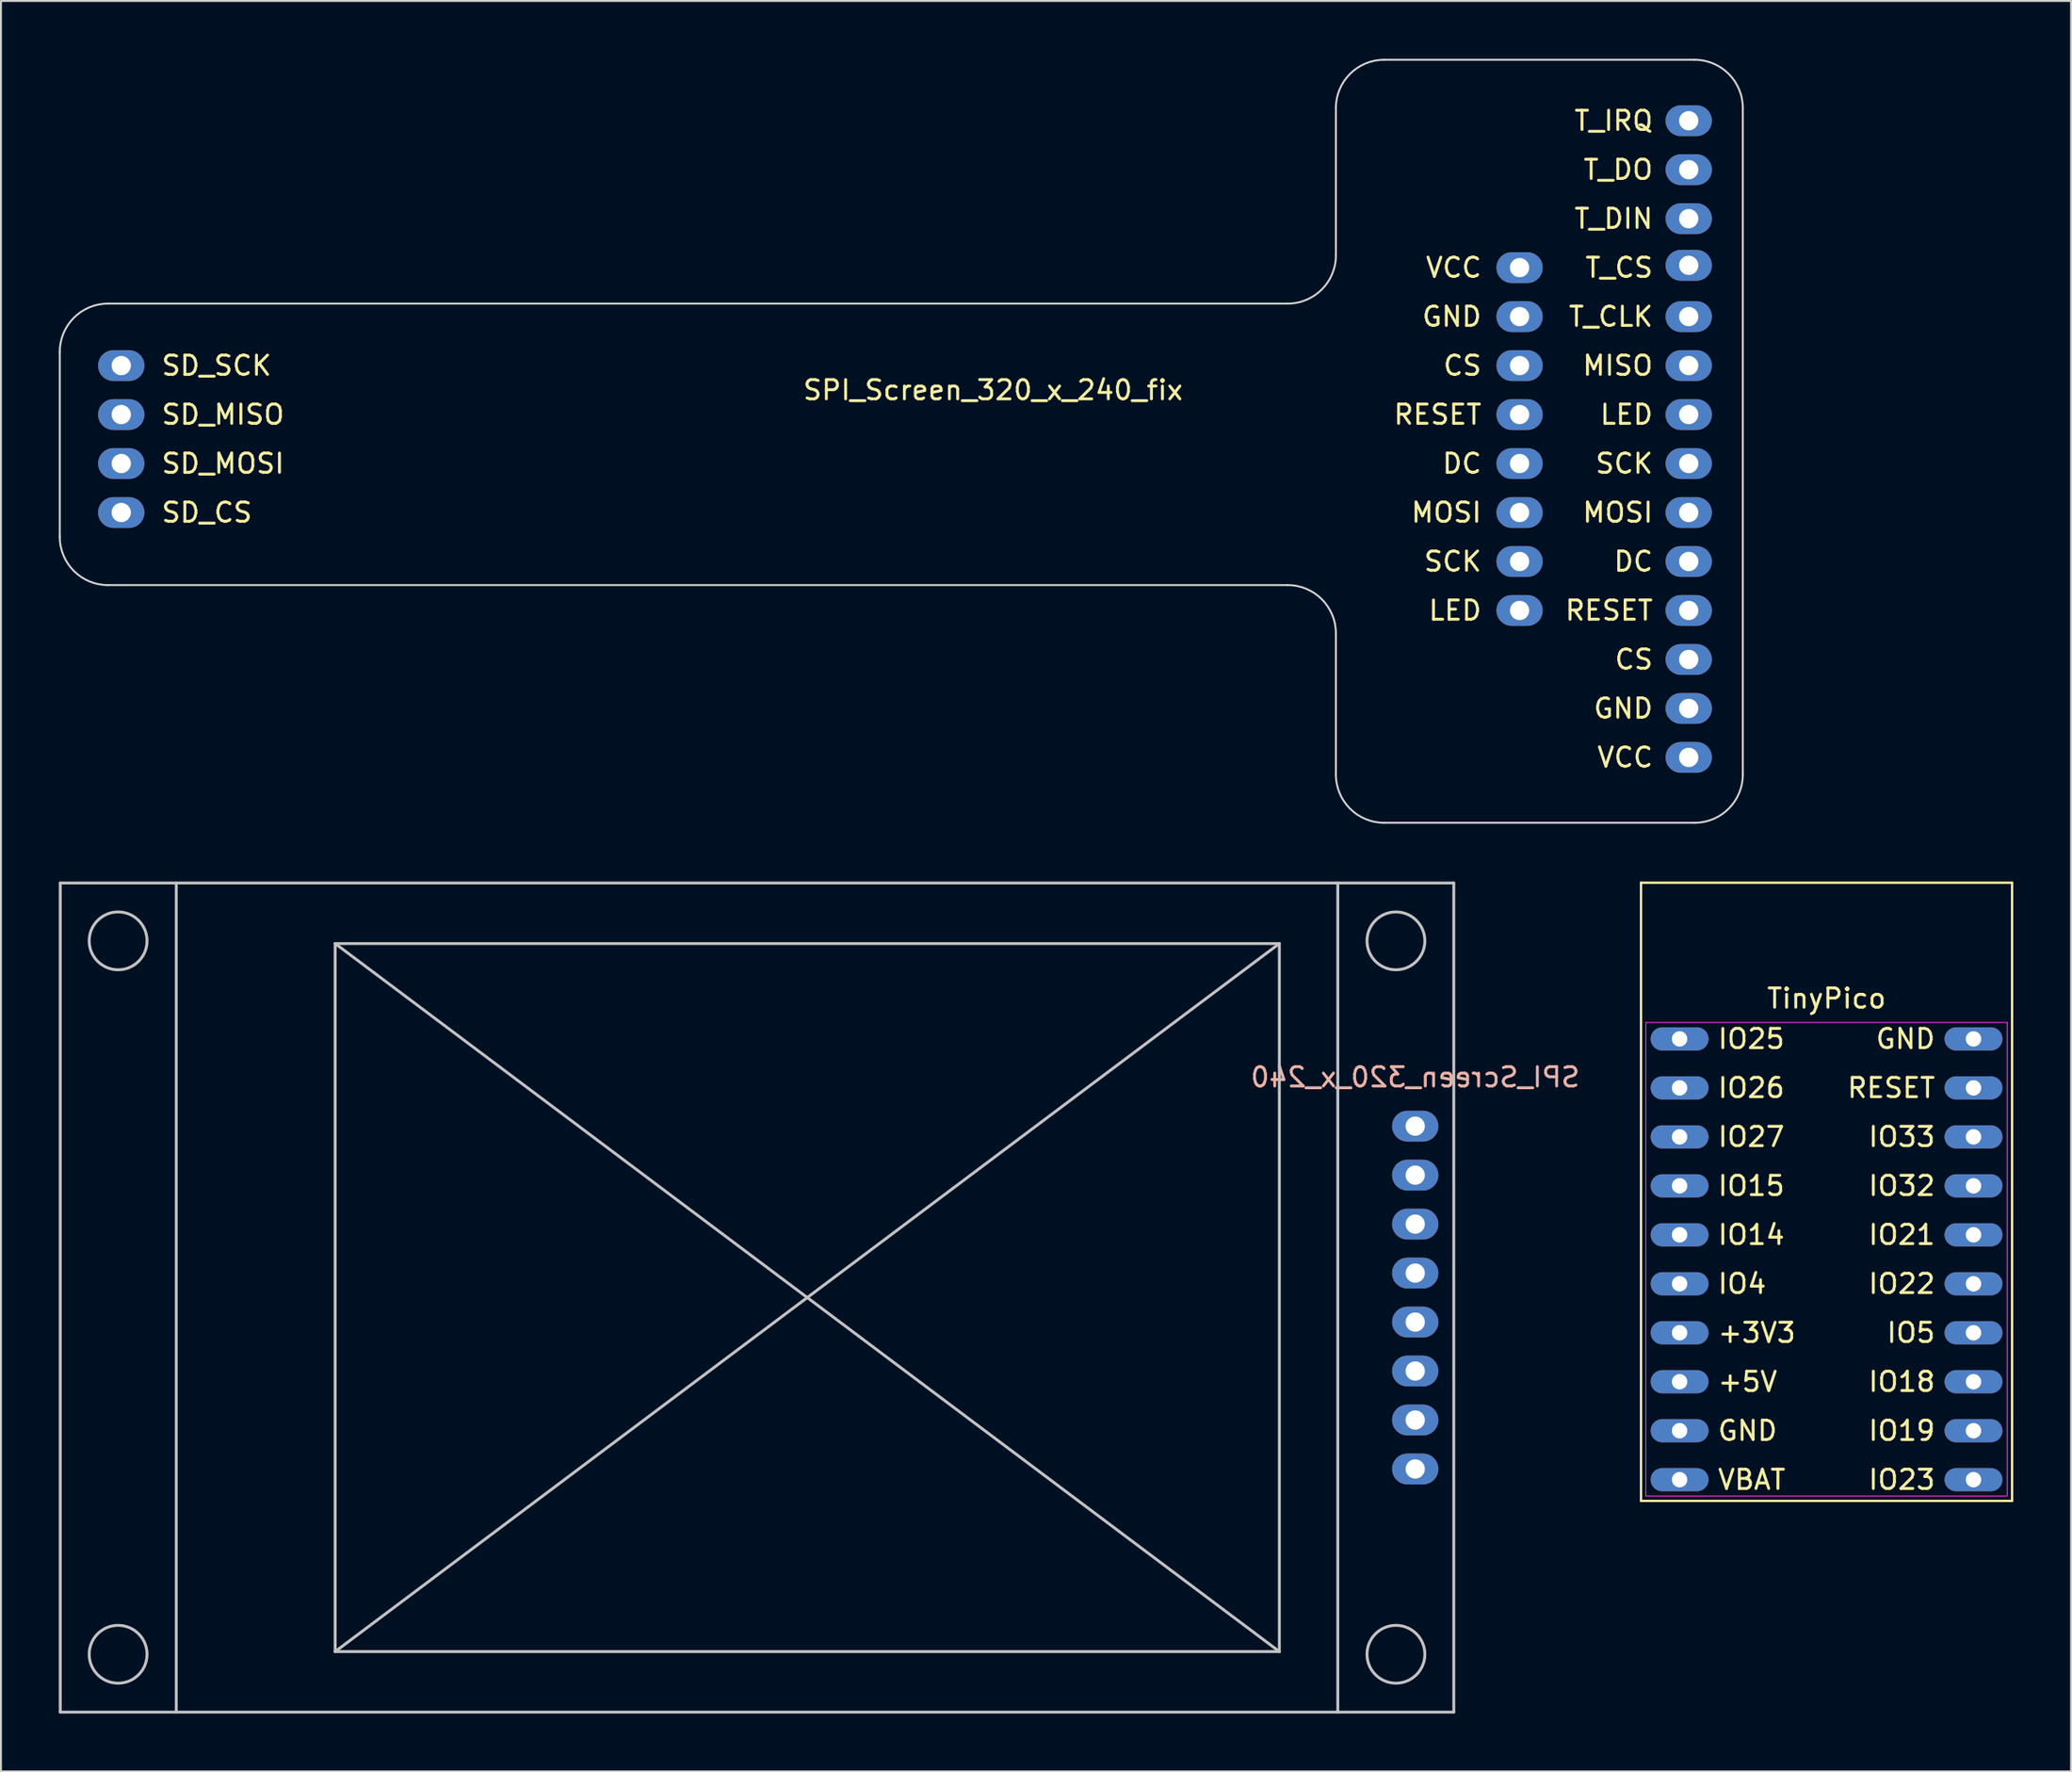
<source format=kicad_pcb>
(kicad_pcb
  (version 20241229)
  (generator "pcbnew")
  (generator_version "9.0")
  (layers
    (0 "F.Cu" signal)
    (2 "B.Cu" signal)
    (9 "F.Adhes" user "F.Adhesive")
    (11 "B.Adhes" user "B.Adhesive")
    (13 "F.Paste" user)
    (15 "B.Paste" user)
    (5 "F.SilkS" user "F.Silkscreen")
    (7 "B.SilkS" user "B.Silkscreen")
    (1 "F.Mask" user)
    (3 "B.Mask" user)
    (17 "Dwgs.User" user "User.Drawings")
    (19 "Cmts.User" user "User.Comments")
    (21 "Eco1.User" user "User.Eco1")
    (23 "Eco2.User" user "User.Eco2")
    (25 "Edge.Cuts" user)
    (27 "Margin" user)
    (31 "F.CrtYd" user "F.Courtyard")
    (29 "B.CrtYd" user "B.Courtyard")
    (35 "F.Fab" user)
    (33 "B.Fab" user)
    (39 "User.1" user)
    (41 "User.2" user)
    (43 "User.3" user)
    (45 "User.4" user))
  (footprint "SPI_Screen_320_x_240_fix"
    (layer "F.Cu")
    (at 75.747 19.721)
    (property "Reference" "SPI_Screen_320_x_240_fix" (at -27.305 -2.54 180) (layer "F.SilkS") (effects (font (size 1 1) (thickness 0.15))))
    (attr through_hole)
    (fp_line (start -75.697 5.075) (end -75.697 -4.525) (stroke (width 0.1) (type solid)) (layer "Edge.Cuts"))
    (fp_line (start -73.197 -7.025) (end -12.025 -7.025) (stroke (width 0.1) (type solid)) (layer "Edge.Cuts"))
    (fp_line (start -12.025 7.575) (end -73.197 7.575) (stroke (width 0.1) (type solid)) (layer "Edge.Cuts"))
    (fp_line (start -9.525 -9.525) (end -9.525 -17.171) (stroke (width 0.1) (type solid)) (layer "Edge.Cuts"))
    (fp_line (start -9.525 17.401) (end -9.525 10.075) (stroke (width 0.1) (type solid)) (layer "Edge.Cuts"))
    (fp_line (start -7.025 -19.671) (end 9.075 -19.671) (stroke (width 0.1) (type solid)) (layer "Edge.Cuts"))
    (fp_line (start 9.075 19.901) (end -7.025 19.901) (stroke (width 0.1) (type solid)) (layer "Edge.Cuts"))
    (fp_line (start 11.575 -17.171) (end 11.575 17.401) (stroke (width 0.1) (type solid)) (layer "Edge.Cuts"))
    (fp_arc (start -75.697116 -4.525) (mid -74.964883 -6.292767) (end -73.197116 -7.025) (stroke (width 0.1) (type solid)) (layer "Edge.Cuts"))
    (fp_arc (start -73.197116 7.574999) (mid -74.964883 6.842766) (end -75.697116 5.074999) (stroke (width 0.1) (type solid)) (layer "Edge.Cuts"))
    (fp_arc (start -12.025 7.574999) (mid -10.257233 8.307232) (end -9.525 10.074999) (stroke (width 0.1) (type solid)) (layer "Edge.Cuts"))
    (fp_arc (start -9.525 -17.17124) (mid -8.792767 -18.939007) (end -7.025 -19.67124) (stroke (width 0.1) (type solid)) (layer "Edge.Cuts"))
    (fp_arc (start -9.525 -9.525) (mid -10.257233 -7.757233) (end -12.025 -7.025) (stroke (width 0.1) (type solid)) (layer "Edge.Cuts"))
    (fp_arc (start -7.025 19.901036) (mid -8.792767 19.168803) (end -9.525 17.401036) (stroke (width 0.1) (type solid)) (layer "Edge.Cuts"))
    (fp_arc (start 9.075 -19.67124) (mid 10.842767 -18.939007) (end 11.575 -17.17124) (stroke (width 0.1) (type solid)) (layer "Edge.Cuts"))
    (fp_arc (start 11.575 17.401036) (mid 10.842767 19.168803) (end 9.075 19.901036) (stroke (width 0.1) (type solid)) (layer "Edge.Cuts"))
    (fp_text user "T_DIN" (at 7 -11.43 0) (layer "F.SilkS") (effects (font (size 1 1) (thickness 0.15)) (justify right)))
    (fp_text user "SD_MOSI" (at -70.5 1.27 0) (layer "F.SilkS") (effects (font (size 1 1) (thickness 0.15)) (justify left)))
    (fp_text user "DC" (at 7 6.35 0) (layer "F.SilkS") (effects (font (size 1 1) (thickness 0.15)) (justify right)))
    (fp_text user "CS" (at 7 11.43 0) (layer "F.SilkS") (effects (font (size 1 1) (thickness 0.15)) (justify right)))
    (fp_text user "SD_SCK" (at -70.5 -3.81 0) (layer "F.SilkS") (effects (font (size 1 1) (thickness 0.15)) (justify left)))
    (fp_text user "MOSI" (at -1.89 3.81 0) (layer "F.SilkS") (effects (font (size 1 1) (thickness 0.15)) (justify right)))
    (fp_text user "T_IRQ" (at 7 -16.51 0) (layer "F.SilkS") (effects (font (size 1 1) (thickness 0.15)) (justify right)))
    (fp_text user "DC" (at -1.89 1.27 0) (layer "F.SilkS") (effects (font (size 1 1) (thickness 0.15)) (justify right)))
    (fp_text user "CS" (at -1.89 -3.81 0) (layer "F.SilkS") (effects (font (size 1 1) (thickness 0.15)) (justify right)))
    (fp_text user "T_CLK" (at 7 -6.35 0) (layer "F.SilkS") (effects (font (size 1 1) (thickness 0.15)) (justify right)))
    (fp_text user "LED" (at -1.89 8.89 0) (layer "F.SilkS") (effects (font (size 1 1) (thickness 0.15)) (justify right)))
    (fp_text user "T_DO" (at 7 -13.97 0) (layer "F.SilkS") (effects (font (size 1 1) (thickness 0.15)) (justify right)))
    (fp_text user "MOSI" (at 7 3.81 0) (layer "F.SilkS") (effects (font (size 1 1) (thickness 0.15)) (justify right)))
    (fp_text user "VCC" (at 7 16.51 0) (layer "F.SilkS") (effects (font (size 1 1) (thickness 0.15)) (justify right)))
    (fp_text user "MISO" (at 7 -3.81 0) (layer "F.SilkS") (effects (font (size 1 1) (thickness 0.15)) (justify right)))
    (fp_text user "SCK" (at 7 1.27 0) (layer "F.SilkS") (effects (font (size 1 1) (thickness 0.15)) (justify right)))
    (fp_text user "LED" (at 7 -1.27 0) (layer "F.SilkS") (effects (font (size 1 1) (thickness 0.15)) (justify right)))
    (fp_text user "SD_CS" (at -70.5 3.81 0) (layer "F.SilkS") (effects (font (size 1 1) (thickness 0.15)) (justify left)))
    (fp_text user "RESET" (at 7 8.89 0) (layer "F.SilkS") (effects (font (size 1 1) (thickness 0.15)) (justify right)))
    (fp_text user "T_CS" (at 7 -8.89 0) (layer "F.SilkS") (effects (font (size 1 1) (thickness 0.15)) (justify right)))
    (fp_text user "RESET" (at -1.89 -1.27 0) (layer "F.SilkS") (effects (font (size 1 1) (thickness 0.15)) (justify right)))
    (fp_text user "VCC" (at -1.89 -8.89 0) (layer "F.SilkS") (effects (font (size 1 1) (thickness 0.15)) (justify right)))
    (fp_text user "SCK" (at -1.89 6.35 0) (layer "F.SilkS") (effects (font (size 1 1) (thickness 0.15)) (justify right)))
    (fp_text user "GND" (at 7 13.97 0) (layer "F.SilkS") (effects (font (size 1 1) (thickness 0.15)) (justify right)))
    (fp_text user "SD_MISO" (at -70.5 -1.27 0) (layer "F.SilkS") (effects (font (size 1 1) (thickness 0.15)) (justify left)))
    (fp_text user "GND" (at -1.89 -6.35 0) (layer "F.SilkS") (effects (font (size 1 1) (thickness 0.15)) (justify right)))
    (pad "1" thru_hole oval (at 0 -8.89) (size 2.4 1.6) (drill 1) (layers "*.Cu" "*.Mask"))
    (pad "1" thru_hole oval (at 8.77 16.51) (size 2.4 1.6) (drill 1) (layers "*.Cu" "*.Mask"))
    (pad "2" thru_hole oval (at 0 -6.35) (size 2.4 1.6) (drill 1) (layers "*.Cu" "*.Mask"))
    (pad "2" thru_hole oval (at 8.77 13.97) (size 2.4 1.6) (drill 1) (layers "*.Cu" "*.Mask"))
    (pad "3" thru_hole oval (at 0 -3.81) (size 2.4 1.6) (drill 1) (layers "*.Cu" "*.Mask"))
    (pad "3" thru_hole oval (at 8.77 11.43) (size 2.4 1.6) (drill 1) (layers "*.Cu" "*.Mask"))
    (pad "4" thru_hole oval (at 0 -1.27) (size 2.4 1.6) (drill 1) (layers "*.Cu" "*.Mask"))
    (pad "4" thru_hole oval (at 8.77 8.89) (size 2.4 1.6) (drill 1) (layers "*.Cu" "*.Mask"))
    (pad "5" thru_hole oval (at 0 1.27) (size 2.4 1.6) (drill 1) (layers "*.Cu" "*.Mask"))
    (pad "5" thru_hole oval (at 8.77 6.35) (size 2.4 1.6) (drill 1) (layers "*.Cu" "*.Mask"))
    (pad "6" thru_hole oval (at 0 3.81) (size 2.4 1.6) (drill 1) (layers "*.Cu" "*.Mask"))
    (pad "6" thru_hole oval (at 8.77 3.81) (size 2.4 1.6) (drill 1) (layers "*.Cu" "*.Mask"))
    (pad "7" thru_hole oval (at 0 6.35) (size 2.4 1.6) (drill 1) (layers "*.Cu" "*.Mask"))
    (pad "7" thru_hole oval (at 8.77 1.27) (size 2.4 1.6) (drill 1) (layers "*.Cu" "*.Mask"))
    (pad "8" thru_hole oval (at 0 8.89) (size 2.4 1.6) (drill 1) (layers "*.Cu" "*.Mask"))
    (pad "8" thru_hole oval (at 8.77 -1.27) (size 2.4 1.6) (drill 1) (layers "*.Cu" "*.Mask"))
    (pad "9" thru_hole oval (at 8.77 -3.81) (size 2.4 1.6) (drill 1) (layers "*.Cu" "*.Mask"))
    (pad "10" thru_hole oval (at 8.77 -6.35) (size 2.4 1.6) (drill 1) (layers "*.Cu" "*.Mask"))
    (pad "11" thru_hole oval (at 8.77 -9.01) (size 2.4 1.6) (drill 1) (layers "*.Cu" "*.Mask"))
    (pad "12" thru_hole oval (at 8.77 -11.43) (size 2.4 1.6) (drill 1) (layers "*.Cu" "*.Mask"))
    (pad "13" thru_hole oval (at 8.77 -13.97) (size 2.4 1.6) (drill 1) (layers "*.Cu" "*.Mask"))
    (pad "14" thru_hole oval (at 8.77 -16.51) (size 2.4 1.6) (drill 1) (layers "*.Cu" "*.Mask"))
    (pad "15" thru_hole oval (at -72.51 -3.81) (size 2.4 1.6) (drill 1) (layers "*.Cu" "*.Mask"))
    (pad "16" thru_hole oval (at -72.51 -1.27) (size 2.4 1.6) (drill 1) (layers "*.Cu" "*.Mask"))
    (pad "17" thru_hole oval (at -72.51 1.27) (size 2.4 1.6) (drill 1) (layers "*.Cu" "*.Mask"))
    (pad "18" thru_hole oval (at -72.51 3.81) (size 2.4 1.6) (drill 1) (layers "*.Cu" "*.Mask")))
  (footprint "SPI_Screen_320_x_240"
    (layer "F.Cu")
    (at 70.335 64.247)
    (property "Reference" "SPI_Screen_320_x_240" (at 0 -11.43 0) (layer "B.SilkS") (effects (font (size 1 1) (thickness 0.15)) (justify mirror)))
    (attr through_hole)
    (fp_line (start -70.26 -21.5) (end -70.26 21.5) (stroke (width 0.15) (type solid)) (layer "Dwgs.User"))
    (fp_line (start -70.26 21.5) (end 2 21.5) (stroke (width 0.15) (type solid)) (layer "Dwgs.User"))
    (fp_line (start -64.245 -21.5) (end -64.245 21.5) (stroke (width 0.15) (type solid)) (layer "Dwgs.User"))
    (fp_line (start -56.005 -18.36) (end -56.005 18.36) (stroke (width 0.15) (type solid)) (layer "Dwgs.User"))
    (fp_line (start -56.005 -18.36) (end -7.045 18.36) (stroke (width 0.15) (type solid)) (layer "Dwgs.User"))
    (fp_line (start -56.005 18.36) (end -7.045 18.36) (stroke (width 0.15) (type solid)) (layer "Dwgs.User"))
    (fp_line (start -7.045 -18.36) (end -56.005 -18.36) (stroke (width 0.15) (type solid)) (layer "Dwgs.User"))
    (fp_line (start -7.045 -18.36) (end -56.005 18.36) (stroke (width 0.15) (type solid)) (layer "Dwgs.User"))
    (fp_line (start -7.045 18.36) (end -7.045 -18.36) (stroke (width 0.15) (type solid)) (layer "Dwgs.User"))
    (fp_line (start -4.015 21.5) (end -4.015 -21.5) (stroke (width 0.15) (type solid)) (layer "Dwgs.User"))
    (fp_line (start 2 -21.5) (end -70.26 -21.5) (stroke (width 0.15) (type solid)) (layer "Dwgs.User"))
    (fp_line (start 2 21.5) (end 2 -21.5) (stroke (width 0.15) (type solid)) (layer "Dwgs.User"))
    (fp_circle (center -67.26 -18.5) (end -65.76 -18.5) (stroke (width 0.15) (type solid)) (fill no) (layer "Dwgs.User"))
    (fp_circle (center -67.26 18.5) (end -65.76 18.5) (stroke (width 0.15) (type solid)) (fill no) (layer "Dwgs.User"))
    (fp_circle (center -1 -18.5) (end 0.5 -18.5) (stroke (width 0.15) (type solid)) (fill no) (layer "Dwgs.User"))
    (fp_circle (center -1 18.5) (end 0.5 18.5) (stroke (width 0.15) (type solid)) (fill no) (layer "Dwgs.User"))
    (pad "1" thru_hole oval (at 0 -8.89) (size 2.4 1.6) (drill 1) (layers "*.Cu" "*.Mask"))
    (pad "2" thru_hole oval (at 0 -6.35) (size 2.4 1.6) (drill 1) (layers "*.Cu" "*.Mask"))
    (pad "3" thru_hole oval (at 0 -3.81) (size 2.4 1.6) (drill 1) (layers "*.Cu" "*.Mask"))
    (pad "4" thru_hole oval (at 0 -1.27) (size 2.4 1.6) (drill 1) (layers "*.Cu" "*.Mask"))
    (pad "5" thru_hole oval (at 0 1.27) (size 2.4 1.6) (drill 1) (layers "*.Cu" "*.Mask"))
    (pad "6" thru_hole oval (at 0 3.81) (size 2.4 1.6) (drill 1) (layers "*.Cu" "*.Mask"))
    (pad "7" thru_hole oval (at 0 6.35) (size 2.4 1.6) (drill 1) (layers "*.Cu" "*.Mask"))
    (pad "8" thru_hole oval (at 0 8.89) (size 2.4 1.6) (drill 1) (layers "*.Cu" "*.Mask")))
  (footprint "TinyPico"
    (layer "F.Cu")
    (at 84.044 50.832)
    (property "Reference" "TinyPico" (at 7.62 -2.1 0) (layer "F.SilkS") (effects (font (size 1 1) (thickness 0.15))))
    (attr through_hole)
    (fp_line (start -2 -8.1) (end -2 23.96) (stroke (width 0.12) (type solid)) (layer "F.SilkS"))
    (fp_line (start -2 23.96) (end 17.24 23.96) (stroke (width 0.12) (type solid)) (layer "F.SilkS"))
    (fp_line (start 17.24 -8.1) (end -2 -8.1) (stroke (width 0.12) (type solid)) (layer "F.SilkS"))
    (fp_line (start 17.24 23.96) (end 17.24 -8.1) (stroke (width 0.12) (type solid)) (layer "F.SilkS"))
    (fp_line (start -1.75 -0.85) (end 16.99 -0.85) (stroke (width 0.05) (type solid)) (layer "F.CrtYd"))
    (fp_line (start -1.75 23.71) (end -1.75 -0.85) (stroke (width 0.05) (type solid)) (layer "F.CrtYd"))
    (fp_line (start 16.99 -0.85) (end 16.99 23.71) (stroke (width 0.05) (type solid)) (layer "F.CrtYd"))
    (fp_line (start 16.99 23.71) (end -1.75 23.71) (stroke (width 0.05) (type solid)) (layer "F.CrtYd"))
    (fp_text user "VBAT" (at 1.905 22.86 0) (layer "F.SilkS") (effects (font (size 1 1) (thickness 0.15)) (justify left)))
    (fp_text user "IO26" (at 1.905 2.54 0) (layer "F.SilkS") (effects (font (size 1 1) (thickness 0.15)) (justify left)))
    (fp_text user "IO33" (at 13.335 5.08 0) (layer "F.SilkS") (effects (font (size 1 1) (thickness 0.15)) (justify right)))
    (fp_text user "IO5" (at 13.335 15.24 0) (layer "F.SilkS") (effects (font (size 1 1) (thickness 0.15)) (justify right)))
    (fp_text user "IO4" (at 1.905 12.7 0) (layer "F.SilkS") (effects (font (size 1 1) (thickness 0.15)) (justify left)))
    (fp_text user "+3V3" (at 1.905 15.24 0) (layer "F.SilkS") (effects (font (size 1 1) (thickness 0.15)) (justify left)))
    (fp_text user "RESET" (at 13.335 2.54 0) (layer "F.SilkS") (effects (font (size 1 1) (thickness 0.15)) (justify right)))
    (fp_text user "+5V" (at 1.905 17.78 0) (layer "F.SilkS") (effects (font (size 1 1) (thickness 0.15)) (justify left)))
    (fp_text user "IO32" (at 13.335 7.62 0) (layer "F.SilkS") (effects (font (size 1 1) (thickness 0.15)) (justify right)))
    (fp_text user "IO21" (at 13.335 10.16 0) (layer "F.SilkS") (effects (font (size 1 1) (thickness 0.15)) (justify right)))
    (fp_text user "IO15" (at 1.905 7.62 0) (layer "F.SilkS") (effects (font (size 1 1) (thickness 0.15)) (justify left)))
    (fp_text user "IO19" (at 13.335 20.32 0) (layer "F.SilkS") (effects (font (size 1 1) (thickness 0.15)) (justify right)))
    (fp_text user "IO25" (at 1.905 0 0) (layer "F.SilkS") (effects (font (size 1 1) (thickness 0.15)) (justify left)))
    (fp_text user "IO18" (at 13.335 17.78 0) (layer "F.SilkS") (effects (font (size 1 1) (thickness 0.15)) (justify right)))
    (fp_text user "IO23" (at 13.335 22.86 0) (layer "F.SilkS") (effects (font (size 1 1) (thickness 0.15)) (justify right)))
    (fp_text user "GND" (at 1.905 20.32 0) (layer "F.SilkS") (effects (font (size 1 1) (thickness 0.15)) (justify left)))
    (fp_text user "GND" (at 13.335 0 0) (layer "F.SilkS") (effects (font (size 1 1) (thickness 0.15)) (justify right)))
    (fp_text user "IO22" (at 13.335 12.7 0) (layer "F.SilkS") (effects (font (size 1 1) (thickness 0.15)) (justify right)))
    (fp_text user "IO14" (at 1.905 10.16 0) (layer "F.SilkS") (effects (font (size 1 1) (thickness 0.15)) (justify left)))
    (fp_text user "IO27" (at 1.905 5.08 0) (layer "F.SilkS") (effects (font (size 1 1) (thickness 0.15)) (justify left)))
    (pad "1" thru_hole oval (at 0 0 270) (size 1.2 3) (drill 0.8) (layers "*.Cu" "*.Mask"))
    (pad "2" thru_hole oval (at 0 2.54 270) (size 1.2 3) (drill 0.8) (layers "*.Cu" "*.Mask"))
    (pad "3" thru_hole oval (at 0 5.08 270) (size 1.2 3) (drill 0.8) (layers "*.Cu" "*.Mask"))
    (pad "4" thru_hole oval (at 0 7.62 270) (size 1.2 3) (drill 0.8) (layers "*.Cu" "*.Mask"))
    (pad "5" thru_hole oval (at 0 10.16 270) (size 1.2 3) (drill 0.8) (layers "*.Cu" "*.Mask"))
    (pad "6" thru_hole oval (at 0 12.7 270) (size 1.2 3) (drill 0.8) (layers "*.Cu" "*.Mask"))
    (pad "7" thru_hole oval (at 0 15.24 270) (size 1.2 3) (drill 0.8) (layers "*.Cu" "*.Mask"))
    (pad "8" thru_hole oval (at 0 17.78 270) (size 1.2 3) (drill 0.8) (layers "*.Cu" "*.Mask"))
    (pad "9" thru_hole oval (at 0 20.32 270) (size 1.2 3) (drill 0.8) (layers "*.Cu" "*.Mask"))
    (pad "10" thru_hole oval (at 0 22.86 270) (size 1.2 3) (drill 0.8) (layers "*.Cu" "*.Mask"))
    (pad "11" thru_hole oval (at 15.24 22.86 270) (size 1.2 3) (drill 0.8) (layers "*.Cu" "*.Mask"))
    (pad "12" thru_hole oval (at 15.24 20.32 270) (size 1.2 3) (drill 0.8) (layers "*.Cu" "*.Mask"))
    (pad "13" thru_hole oval (at 15.24 17.78 270) (size 1.2 3) (drill 0.8) (layers "*.Cu" "*.Mask"))
    (pad "14" thru_hole oval (at 15.24 15.24 270) (size 1.2 3) (drill 0.8) (layers "*.Cu" "*.Mask"))
    (pad "15" thru_hole oval (at 15.24 12.7 270) (size 1.2 3) (drill 0.8) (layers "*.Cu" "*.Mask"))
    (pad "16" thru_hole oval (at 15.24 10.16 270) (size 1.2 3) (drill 0.8) (layers "*.Cu" "*.Mask"))
    (pad "17" thru_hole oval (at 15.24 7.62 270) (size 1.2 3) (drill 0.8) (layers "*.Cu" "*.Mask"))
    (pad "18" thru_hole oval (at 15.24 5.08 270) (size 1.2 3) (drill 0.8) (layers "*.Cu" "*.Mask"))
    (pad "19" thru_hole oval (at 15.24 2.54 270) (size 1.2 3) (drill 0.8) (layers "*.Cu" "*.Mask"))
    (pad "20" thru_hole oval (at 15.24 0 270) (size 1.2 3) (drill 0.8) (layers "*.Cu" "*.Mask")))
  (gr_rect
    (start -3 -3)
    (end 104.344 88.822)
    (stroke (width 0.1) (type default))
    (fill no)
    (layer "Edge.Cuts")))
</source>
